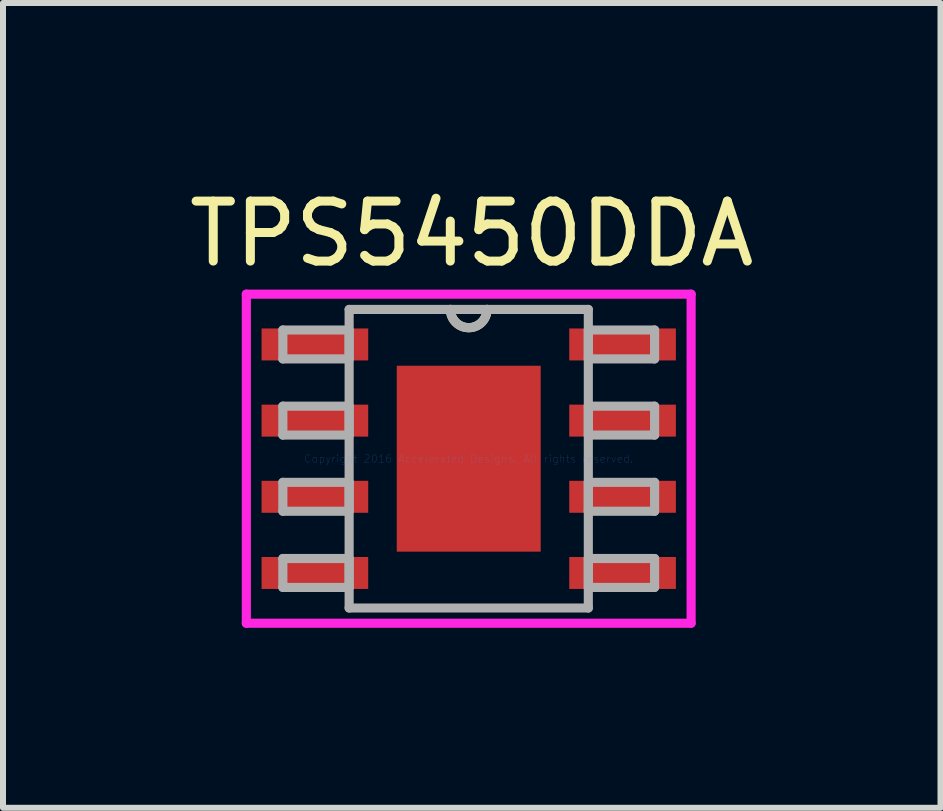
<source format=kicad_pcb>
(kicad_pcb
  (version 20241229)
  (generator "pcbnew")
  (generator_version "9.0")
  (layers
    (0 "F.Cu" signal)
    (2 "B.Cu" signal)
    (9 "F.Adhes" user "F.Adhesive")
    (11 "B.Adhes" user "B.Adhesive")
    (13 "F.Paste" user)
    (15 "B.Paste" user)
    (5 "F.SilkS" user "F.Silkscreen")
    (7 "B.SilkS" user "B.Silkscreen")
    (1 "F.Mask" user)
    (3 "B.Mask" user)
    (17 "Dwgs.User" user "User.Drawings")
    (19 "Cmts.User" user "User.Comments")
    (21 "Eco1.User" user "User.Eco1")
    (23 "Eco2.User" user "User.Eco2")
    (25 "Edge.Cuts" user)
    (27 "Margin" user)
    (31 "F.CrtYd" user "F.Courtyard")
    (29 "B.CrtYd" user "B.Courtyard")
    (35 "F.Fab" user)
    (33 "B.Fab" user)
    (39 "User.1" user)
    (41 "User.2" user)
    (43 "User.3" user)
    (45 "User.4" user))
  (footprint "TPS5450DDA"
    (layer "F.Cu")
    (at 4.765 4.598)
    (property "Reference" "TPS5450DDA" (at 0.05 -3.75 0) (layer "F.SilkS") (effects (font (size 1 1) (thickness 0.15))))
    (attr through_hole)
    (fp_arc (start 0.3048 -2.4892) (mid 0 -2.1844) (end -0.3048 -2.4892) (stroke (width 0.1524) (type solid)) (layer "F.SilkS"))
    (fp_line (start -1.1 -1.45) (end -1.1 -0.1) (stroke (width 0.152) (type solid)) (layer "F.Paste"))
    (fp_line (start -1.1 -0.1) (end 1.1 -0.1) (stroke (width 0.152) (type solid)) (layer "F.Paste"))
    (fp_line (start -1.1 0.1) (end -1.1 1.45) (stroke (width 0.152) (type solid)) (layer "F.Paste"))
    (fp_line (start -1.1 1.45) (end 1.1 1.45) (stroke (width 0.152) (type solid)) (layer "F.Paste"))
    (fp_line (start 1.1 -1.45) (end -1.1 -1.45) (stroke (width 0.152) (type solid)) (layer "F.Paste"))
    (fp_line (start 1.1 -0.1) (end 1.1 -1.45) (stroke (width 0.152) (type solid)) (layer "F.Paste"))
    (fp_line (start 1.1 0.1) (end -1.1 0.1) (stroke (width 0.152) (type solid)) (layer "F.Paste"))
    (fp_line (start 1.1 1.45) (end 1.1 0.1) (stroke (width 0.152) (type solid)) (layer "F.Paste"))
    (fp_line (start -3.708 -2.743) (end 3.708 -2.743) (stroke (width 0.152) (type solid)) (layer "F.CrtYd"))
    (fp_line (start -3.708 2.743) (end -3.708 -2.743) (stroke (width 0.152) (type solid)) (layer "F.CrtYd"))
    (fp_line (start 3.708 -2.743) (end 3.708 2.743) (stroke (width 0.152) (type solid)) (layer "F.CrtYd"))
    (fp_line (start 3.708 2.743) (end -3.708 2.743) (stroke (width 0.152) (type solid)) (layer "F.CrtYd"))
    (fp_line (start -3.099 -2.146) (end -3.099 -1.664) (stroke (width 0.152) (type solid)) (layer "F.Fab"))
    (fp_line (start -3.099 -1.664) (end -1.994 -1.664) (stroke (width 0.152) (type solid)) (layer "F.Fab"))
    (fp_line (start -3.099 -0.876) (end -3.099 -0.394) (stroke (width 0.152) (type solid)) (layer "F.Fab"))
    (fp_line (start -3.099 -0.394) (end -1.994 -0.394) (stroke (width 0.152) (type solid)) (layer "F.Fab"))
    (fp_line (start -3.099 0.394) (end -3.099 0.876) (stroke (width 0.152) (type solid)) (layer "F.Fab"))
    (fp_line (start -3.099 0.876) (end -1.994 0.876) (stroke (width 0.152) (type solid)) (layer "F.Fab"))
    (fp_line (start -3.099 1.664) (end -3.099 2.146) (stroke (width 0.152) (type solid)) (layer "F.Fab"))
    (fp_line (start -3.099 2.146) (end -1.994 2.146) (stroke (width 0.152) (type solid)) (layer "F.Fab"))
    (fp_line (start -1.994 -2.489) (end -1.994 2.489) (stroke (width 0.152) (type solid)) (layer "F.Fab"))
    (fp_line (start -1.994 -2.146) (end -3.099 -2.146) (stroke (width 0.152) (type solid)) (layer "F.Fab"))
    (fp_line (start -1.994 -1.664) (end -1.994 -2.146) (stroke (width 0.152) (type solid)) (layer "F.Fab"))
    (fp_line (start -1.994 -0.876) (end -3.099 -0.876) (stroke (width 0.152) (type solid)) (layer "F.Fab"))
    (fp_line (start -1.994 -0.394) (end -1.994 -0.876) (stroke (width 0.152) (type solid)) (layer "F.Fab"))
    (fp_line (start -1.994 0.394) (end -3.099 0.394) (stroke (width 0.152) (type solid)) (layer "F.Fab"))
    (fp_line (start -1.994 0.876) (end -1.994 0.394) (stroke (width 0.152) (type solid)) (layer "F.Fab"))
    (fp_line (start -1.994 1.664) (end -3.099 1.664) (stroke (width 0.152) (type solid)) (layer "F.Fab"))
    (fp_line (start -1.994 2.146) (end -1.994 1.664) (stroke (width 0.152) (type solid)) (layer "F.Fab"))
    (fp_line (start -1.994 2.489) (end 1.994 2.489) (stroke (width 0.152) (type solid)) (layer "F.Fab"))
    (fp_line (start 1.994 -2.489) (end -1.994 -2.489) (stroke (width 0.152) (type solid)) (layer "F.Fab"))
    (fp_line (start 1.994 -2.146) (end 1.994 -1.664) (stroke (width 0.152) (type solid)) (layer "F.Fab"))
    (fp_line (start 1.994 -1.664) (end 3.099 -1.664) (stroke (width 0.152) (type solid)) (layer "F.Fab"))
    (fp_line (start 1.994 -0.876) (end 1.994 -0.394) (stroke (width 0.152) (type solid)) (layer "F.Fab"))
    (fp_line (start 1.994 -0.394) (end 3.099 -0.394) (stroke (width 0.152) (type solid)) (layer "F.Fab"))
    (fp_line (start 1.994 0.394) (end 1.994 0.876) (stroke (width 0.152) (type solid)) (layer "F.Fab"))
    (fp_line (start 1.994 0.876) (end 3.099 0.876) (stroke (width 0.152) (type solid)) (layer "F.Fab"))
    (fp_line (start 1.994 1.664) (end 1.994 2.146) (stroke (width 0.152) (type solid)) (layer "F.Fab"))
    (fp_line (start 1.994 2.146) (end 3.099 2.146) (stroke (width 0.152) (type solid)) (layer "F.Fab"))
    (fp_line (start 1.994 2.489) (end 1.994 -2.489) (stroke (width 0.152) (type solid)) (layer "F.Fab"))
    (fp_line (start 3.099 -2.146) (end 1.994 -2.146) (stroke (width 0.152) (type solid)) (layer "F.Fab"))
    (fp_line (start 3.099 -1.664) (end 3.099 -2.146) (stroke (width 0.152) (type solid)) (layer "F.Fab"))
    (fp_line (start 3.099 -0.876) (end 1.994 -0.876) (stroke (width 0.152) (type solid)) (layer "F.Fab"))
    (fp_line (start 3.099 -0.394) (end 3.099 -0.876) (stroke (width 0.152) (type solid)) (layer "F.Fab"))
    (fp_line (start 3.099 0.394) (end 1.994 0.394) (stroke (width 0.152) (type solid)) (layer "F.Fab"))
    (fp_line (start 3.099 0.876) (end 3.099 0.394) (stroke (width 0.152) (type solid)) (layer "F.Fab"))
    (fp_line (start 3.099 1.664) (end 1.994 1.664) (stroke (width 0.152) (type solid)) (layer "F.Fab"))
    (fp_line (start 3.099 2.146) (end 3.099 1.664) (stroke (width 0.152) (type solid)) (layer "F.Fab"))
    (fp_arc (start 0.3048 -2.4892) (mid 0 -2.1844) (end -0.3048 -2.4892) (stroke (width 0.1524) (type solid)) (layer "F.Fab"))
    (fp_text user "Copyright 2016 Accelerated Designs. All rights reserved." (at 0 0 0) (layer "Cmts.User") (effects (font (size 0.127 0.127) (thickness 0.002))))
    (pad "1" smd rect (at -2.565 -1.905) (size 1.778 0.533) (layers "F.Cu" "F.Mask" "F.Paste"))
    (pad "2" smd rect (at -2.565 -0.635) (size 1.778 0.533) (layers "F.Cu" "F.Mask" "F.Paste"))
    (pad "3" smd rect (at -2.565 0.635) (size 1.778 0.533) (layers "F.Cu" "F.Mask" "F.Paste"))
    (pad "4" smd rect (at -2.565 1.905) (size 1.778 0.533) (layers "F.Cu" "F.Mask" "F.Paste"))
    (pad "5" smd rect (at 2.565 1.905) (size 1.778 0.533) (layers "F.Cu" "F.Mask" "F.Paste"))
    (pad "6" smd rect (at 2.565 0.635) (size 1.778 0.533) (layers "F.Cu" "F.Mask" "F.Paste"))
    (pad "7" smd rect (at 2.565 -0.635) (size 1.778 0.533) (layers "F.Cu" "F.Mask" "F.Paste"))
    (pad "8" smd rect (at 2.565 -1.905) (size 1.778 0.533) (layers "F.Cu" "F.Mask" "F.Paste"))
    (pad "EPAD" smd rect (at 0 0) (size 2.4 3.1) (layers "F.Cu" "F.Mask" "F.Paste")))
  (gr_rect
    (start -3 -3)
    (end 12.631 10.418)
    (stroke (width 0.1) (type default))
    (fill no)
    (layer "Edge.Cuts")))
</source>
